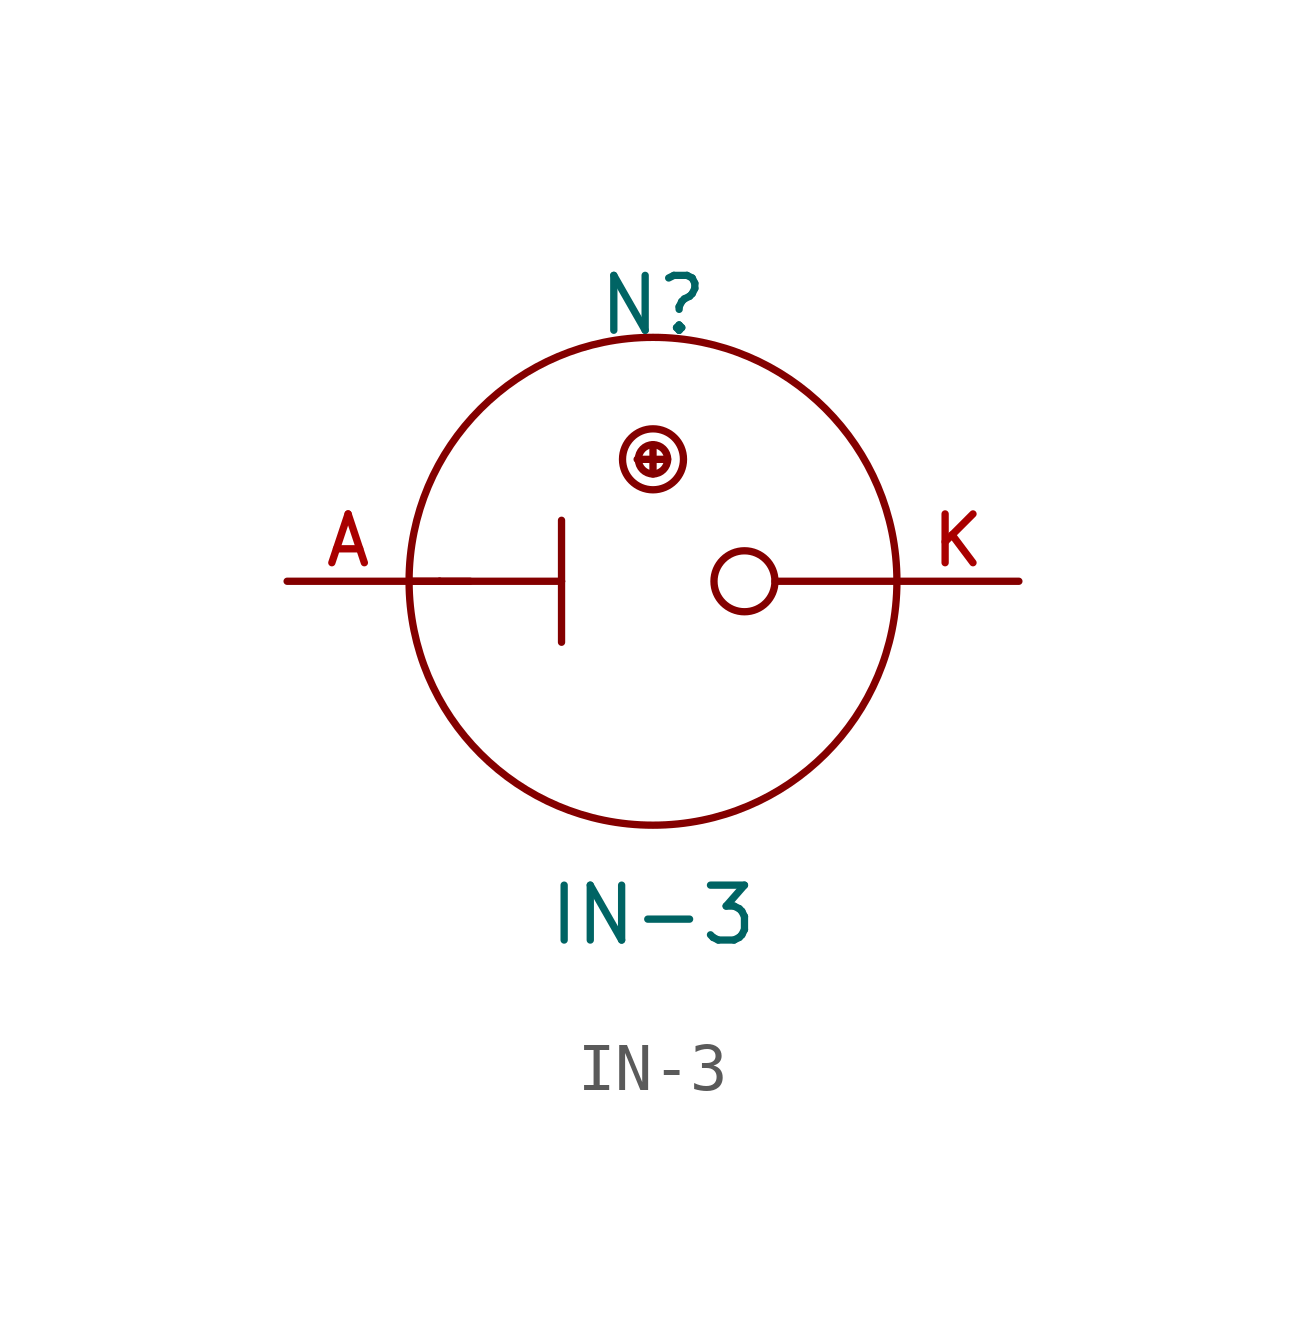
<source format=kicad_sym>
(kicad_symbol_lib
  (version 20211014)
  (generator kicad_symbol_editor)
  (symbol "IN-3"
    (pin_names
      (offset 1.016) hide)
    (property "Reference" "N"
      (at 7.62 5.08 0)
      (effects (font (size 1.143 1.143)) (justify bottom)))
    (property "Value" "IN-3"
      (at 7.62 -7.62 0)
      (effects (font (size 1.143 1.143)) (justify bottom)))
    (property "Manufacturer" ""
      (at 0 0 0)
      (effects (font (size 1.27 1.27))))
    (property "ManufacturerPN" ""
      (at 0 0 0)
      (effects (font (size 1.27 1.27))))
    (property "Vendor" ""
      (at 0 0 0)
      (effects (font (size 1.27 1.27))))
    (property "VendorPN" ""
      (at 0 0 0)
      (effects (font (size 1.27 1.27))))
    (symbol "IN-3_1_0"
      (polyline (pts (xy 2.54 0) (xy 3.175 0)) (stroke (width 0) (type default) (color 0 0 0 0)) (fill (type none)))
      (polyline (pts (xy 3.175 0) (xy 2.54 0)) (stroke (width 0) (type default) (color 0 0 0 0)) (fill (type none)))
      (polyline (pts (xy 3.175 0) (xy 5.715 0)) (stroke (width 0) (type default) (color 0 0 0 0)) (fill (type none)))
      (polyline (pts (xy 3.81 0) (xy 3.175 0)) (stroke (width 0) (type default) (color 0 0 0 0)) (fill (type none)))
      (polyline (pts (xy 5.715 0) (xy 5.715 -1.27)) (stroke (width 0) (type default) (color 0 0 0 0)) (fill (type none)))
      (polyline (pts (xy 5.715 0) (xy 5.715 1.27)) (stroke (width 0) (type default) (color 0 0 0 0)) (fill (type none)))
      (polyline (pts (xy 7.29 2.54) (xy 7.62 2.54)) (stroke (width 0) (type default) (color 0 0 0 0)) (fill (type none)))
      (polyline (pts (xy 7.62 2.54) (xy 7.62 2.235)) (stroke (width 0) (type default) (color 0 0 0 0)) (fill (type none)))
      (polyline (pts (xy 7.62 2.54) (xy 7.62 2.845)) (stroke (width 0) (type default) (color 0 0 0 0)) (fill (type none)))
      (polyline (pts (xy 7.62 2.54) (xy 7.925 2.54)) (stroke (width 0) (type default) (color 0 0 0 0)) (fill (type none)))
      (polyline (pts (xy 12.7 0) (xy 10.16 0)) (stroke (width 0) (type default) (color 0 0 0 0)) (fill (type none))))
    (symbol "IN-3_1_1"
      (circle (center 7.62 0) (radius 5.08) (stroke (width 0) (type default) (color 0 0 0 0)) (fill (type none)))
      (circle (center 7.62 2.54) (radius 0.305) (stroke (width 0) (type default) (color 0 0 0 0)) (fill (type none)))
      (circle (center 7.62 2.54) (radius 0.635) (stroke (width 0) (type default) (color 0 0 0 0)) (fill (type none)))
      (circle (center 9.525 0) (radius 0.635) (stroke (width 0) (type default) (color 0 0 0 0)) (fill (type none)))
      (pin bidirectional line (at 0 0 0) (length 2.54) (name "A" (effects (font (size 1.016 1.016)))) (number "A" (effects (font (size 1.016 1.016)))))
      (pin bidirectional line (at 15.24 0 180) (length 2.54) (name "K" (effects (font (size 1.016 1.016)))) (number "K" (effects (font (size 1.016 1.016))))))))
</source>
